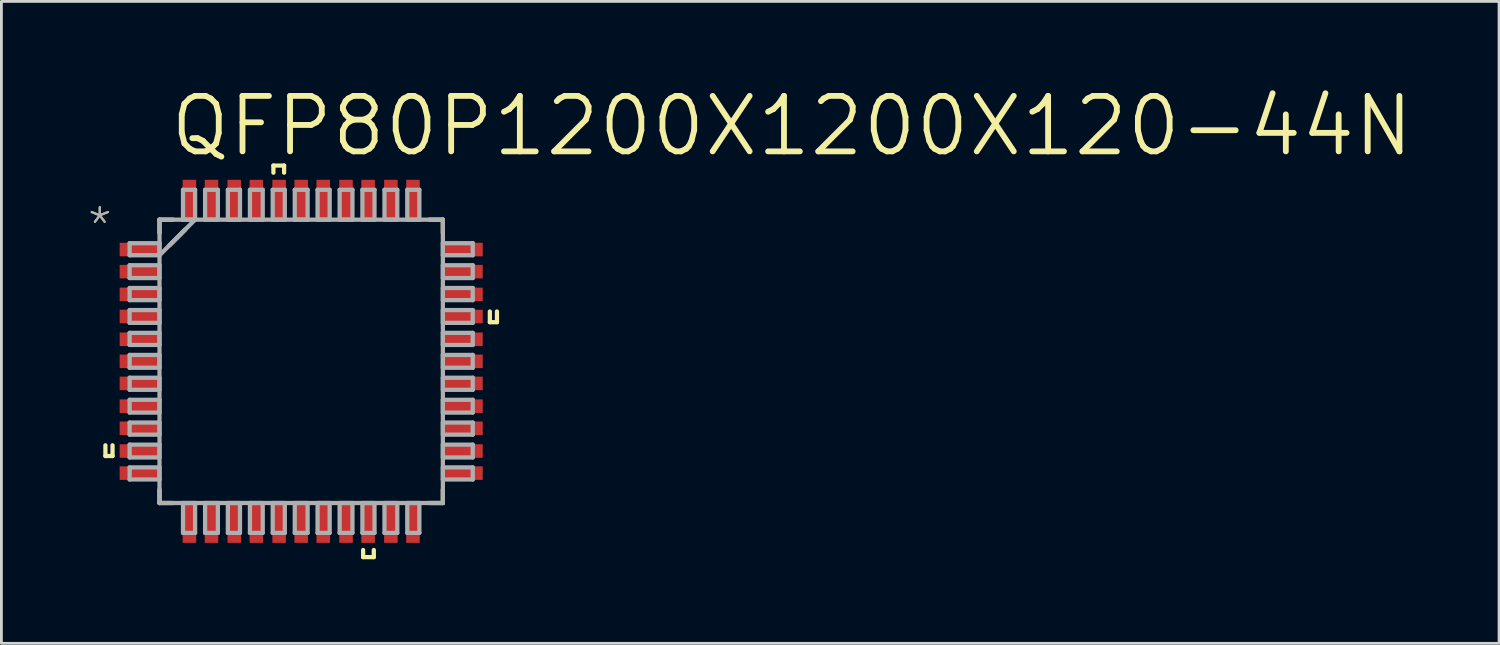
<source format=kicad_pcb>
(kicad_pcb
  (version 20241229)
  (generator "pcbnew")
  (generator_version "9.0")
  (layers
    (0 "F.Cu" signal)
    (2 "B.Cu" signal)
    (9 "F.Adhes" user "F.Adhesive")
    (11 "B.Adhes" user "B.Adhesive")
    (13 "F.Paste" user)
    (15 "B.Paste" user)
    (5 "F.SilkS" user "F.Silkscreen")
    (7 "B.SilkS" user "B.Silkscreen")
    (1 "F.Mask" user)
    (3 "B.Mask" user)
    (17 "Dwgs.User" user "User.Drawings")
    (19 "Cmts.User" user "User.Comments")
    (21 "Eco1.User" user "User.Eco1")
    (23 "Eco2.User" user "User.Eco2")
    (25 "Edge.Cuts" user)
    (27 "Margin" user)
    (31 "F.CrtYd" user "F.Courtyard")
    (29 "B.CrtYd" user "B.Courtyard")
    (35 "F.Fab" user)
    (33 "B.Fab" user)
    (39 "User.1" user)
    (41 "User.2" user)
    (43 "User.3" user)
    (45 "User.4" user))
  (footprint "QFP80P1200X1200X120-44N"
    (layer "F.Cu")
    (at 7.696 9.842)
    (property "Reference" "QFP80P1200X1200X120-44N" (at -4.775 -7.239 0) (layer "F.SilkS") (effects (font (size 1.979 1.979) (thickness 0.208)) (justify left bottom)))
    (attr through_hole)
    (fp_line (start -6.985 2.997) (end -6.985 3.378) (stroke (width 0.152) (type solid)) (layer "F.SilkS"))
    (fp_line (start -6.985 3.378) (end -6.731 3.378) (stroke (width 0.152) (type solid)) (layer "F.SilkS"))
    (fp_line (start -6.731 3.378) (end -6.731 2.997) (stroke (width 0.152) (type solid)) (layer "F.SilkS"))
    (fp_line (start -5.055 -5.055) (end -5.055 -4.572) (stroke (width 0.152) (type solid)) (layer "F.SilkS"))
    (fp_line (start -5.055 4.572) (end -5.055 5.055) (stroke (width 0.152) (type solid)) (layer "F.SilkS"))
    (fp_line (start -5.055 5.055) (end -4.572 5.055) (stroke (width 0.152) (type solid)) (layer "F.SilkS"))
    (fp_line (start -4.699 -4.14) (end -4.14 -4.699) (stroke (width 0.152) (type solid)) (layer "F.SilkS"))
    (fp_line (start -4.572 -5.055) (end -5.055 -5.055) (stroke (width 0.152) (type solid)) (layer "F.SilkS"))
    (fp_line (start -0.991 -6.985) (end -0.61 -6.985) (stroke (width 0.152) (type solid)) (layer "F.SilkS"))
    (fp_line (start -0.991 -6.731) (end -0.991 -6.985) (stroke (width 0.152) (type solid)) (layer "F.SilkS"))
    (fp_line (start -0.61 -6.985) (end -0.61 -6.731) (stroke (width 0.152) (type solid)) (layer "F.SilkS"))
    (fp_line (start 2.21 6.731) (end 2.21 6.985) (stroke (width 0.152) (type solid)) (layer "F.SilkS"))
    (fp_line (start 2.21 6.985) (end 2.591 6.985) (stroke (width 0.152) (type solid)) (layer "F.SilkS"))
    (fp_line (start 2.591 6.985) (end 2.591 6.731) (stroke (width 0.152) (type solid)) (layer "F.SilkS"))
    (fp_line (start 4.572 5.055) (end 5.055 5.055) (stroke (width 0.152) (type solid)) (layer "F.SilkS"))
    (fp_line (start 5.055 -5.055) (end 4.572 -5.055) (stroke (width 0.152) (type solid)) (layer "F.SilkS"))
    (fp_line (start 5.055 -4.572) (end 5.055 -5.055) (stroke (width 0.152) (type solid)) (layer "F.SilkS"))
    (fp_line (start 5.055 5.055) (end 5.055 4.572) (stroke (width 0.152) (type solid)) (layer "F.SilkS"))
    (fp_line (start 6.731 -1.397) (end 6.731 -1.778) (stroke (width 0.152) (type solid)) (layer "F.SilkS"))
    (fp_line (start 6.985 -1.778) (end 6.985 -1.397) (stroke (width 0.152) (type solid)) (layer "F.SilkS"))
    (fp_line (start 6.985 -1.397) (end 6.731 -1.397) (stroke (width 0.152) (type solid)) (layer "F.SilkS"))
    (fp_line (start -6.121 -4.216) (end -6.121 -3.785) (stroke (width 0.152) (type solid)) (layer "F.Fab"))
    (fp_line (start -6.121 -3.785) (end -5.055 -3.785) (stroke (width 0.152) (type solid)) (layer "F.Fab"))
    (fp_line (start -6.121 -3.429) (end -6.121 -2.972) (stroke (width 0.152) (type solid)) (layer "F.Fab"))
    (fp_line (start -6.121 -2.972) (end -5.055 -2.972) (stroke (width 0.152) (type solid)) (layer "F.Fab"))
    (fp_line (start -6.121 -2.616) (end -6.121 -2.184) (stroke (width 0.152) (type solid)) (layer "F.Fab"))
    (fp_line (start -6.121 -2.184) (end -5.055 -2.184) (stroke (width 0.152) (type solid)) (layer "F.Fab"))
    (fp_line (start -6.121 -1.829) (end -6.121 -1.372) (stroke (width 0.152) (type solid)) (layer "F.Fab"))
    (fp_line (start -6.121 -1.372) (end -5.055 -1.372) (stroke (width 0.152) (type solid)) (layer "F.Fab"))
    (fp_line (start -6.121 -1.016) (end -6.121 -0.584) (stroke (width 0.152) (type solid)) (layer "F.Fab"))
    (fp_line (start -6.121 -0.584) (end -5.055 -0.584) (stroke (width 0.152) (type solid)) (layer "F.Fab"))
    (fp_line (start -6.121 -0.229) (end -6.121 0.229) (stroke (width 0.152) (type solid)) (layer "F.Fab"))
    (fp_line (start -6.121 0.229) (end -5.055 0.229) (stroke (width 0.152) (type solid)) (layer "F.Fab"))
    (fp_line (start -6.121 0.584) (end -6.121 1.016) (stroke (width 0.152) (type solid)) (layer "F.Fab"))
    (fp_line (start -6.121 1.016) (end -5.055 1.016) (stroke (width 0.152) (type solid)) (layer "F.Fab"))
    (fp_line (start -6.121 1.372) (end -6.121 1.829) (stroke (width 0.152) (type solid)) (layer "F.Fab"))
    (fp_line (start -6.121 1.829) (end -5.055 1.829) (stroke (width 0.152) (type solid)) (layer "F.Fab"))
    (fp_line (start -6.121 2.184) (end -6.121 2.616) (stroke (width 0.152) (type solid)) (layer "F.Fab"))
    (fp_line (start -6.121 2.616) (end -5.055 2.616) (stroke (width 0.152) (type solid)) (layer "F.Fab"))
    (fp_line (start -6.121 2.972) (end -6.121 3.429) (stroke (width 0.152) (type solid)) (layer "F.Fab"))
    (fp_line (start -6.121 3.429) (end -5.055 3.429) (stroke (width 0.152) (type solid)) (layer "F.Fab"))
    (fp_line (start -6.121 3.785) (end -6.121 4.216) (stroke (width 0.152) (type solid)) (layer "F.Fab"))
    (fp_line (start -6.121 4.216) (end -5.055 4.216) (stroke (width 0.152) (type solid)) (layer "F.Fab"))
    (fp_line (start -5.055 -5.055) (end -5.055 5.055) (stroke (width 0.152) (type solid)) (layer "F.Fab"))
    (fp_line (start -5.055 -4.216) (end -6.121 -4.216) (stroke (width 0.152) (type solid)) (layer "F.Fab"))
    (fp_line (start -5.055 -3.785) (end -5.055 -4.216) (stroke (width 0.152) (type solid)) (layer "F.Fab"))
    (fp_line (start -5.055 -3.785) (end -3.785 -5.055) (stroke (width 0.152) (type solid)) (layer "F.Fab"))
    (fp_line (start -5.055 -3.429) (end -6.121 -3.429) (stroke (width 0.152) (type solid)) (layer "F.Fab"))
    (fp_line (start -5.055 -2.972) (end -5.055 -3.429) (stroke (width 0.152) (type solid)) (layer "F.Fab"))
    (fp_line (start -5.055 -2.616) (end -6.121 -2.616) (stroke (width 0.152) (type solid)) (layer "F.Fab"))
    (fp_line (start -5.055 -2.184) (end -5.055 -2.616) (stroke (width 0.152) (type solid)) (layer "F.Fab"))
    (fp_line (start -5.055 -1.829) (end -6.121 -1.829) (stroke (width 0.152) (type solid)) (layer "F.Fab"))
    (fp_line (start -5.055 -1.372) (end -5.055 -1.829) (stroke (width 0.152) (type solid)) (layer "F.Fab"))
    (fp_line (start -5.055 -1.016) (end -6.121 -1.016) (stroke (width 0.152) (type solid)) (layer "F.Fab"))
    (fp_line (start -5.055 -0.584) (end -5.055 -1.016) (stroke (width 0.152) (type solid)) (layer "F.Fab"))
    (fp_line (start -5.055 -0.229) (end -6.121 -0.229) (stroke (width 0.152) (type solid)) (layer "F.Fab"))
    (fp_line (start -5.055 0.229) (end -5.055 -0.229) (stroke (width 0.152) (type solid)) (layer "F.Fab"))
    (fp_line (start -5.055 0.584) (end -6.121 0.584) (stroke (width 0.152) (type solid)) (layer "F.Fab"))
    (fp_line (start -5.055 1.016) (end -5.055 0.584) (stroke (width 0.152) (type solid)) (layer "F.Fab"))
    (fp_line (start -5.055 1.372) (end -6.121 1.372) (stroke (width 0.152) (type solid)) (layer "F.Fab"))
    (fp_line (start -5.055 1.829) (end -5.055 1.372) (stroke (width 0.152) (type solid)) (layer "F.Fab"))
    (fp_line (start -5.055 2.184) (end -6.121 2.184) (stroke (width 0.152) (type solid)) (layer "F.Fab"))
    (fp_line (start -5.055 2.616) (end -5.055 2.184) (stroke (width 0.152) (type solid)) (layer "F.Fab"))
    (fp_line (start -5.055 2.972) (end -6.121 2.972) (stroke (width 0.152) (type solid)) (layer "F.Fab"))
    (fp_line (start -5.055 3.429) (end -5.055 2.972) (stroke (width 0.152) (type solid)) (layer "F.Fab"))
    (fp_line (start -5.055 3.785) (end -6.121 3.785) (stroke (width 0.152) (type solid)) (layer "F.Fab"))
    (fp_line (start -5.055 4.216) (end -5.055 3.785) (stroke (width 0.152) (type solid)) (layer "F.Fab"))
    (fp_line (start -5.055 5.055) (end 5.055 5.055) (stroke (width 0.152) (type solid)) (layer "F.Fab"))
    (fp_line (start -4.216 -6.121) (end -4.216 -5.055) (stroke (width 0.152) (type solid)) (layer "F.Fab"))
    (fp_line (start -4.216 -5.055) (end -3.785 -5.055) (stroke (width 0.152) (type solid)) (layer "F.Fab"))
    (fp_line (start -4.216 5.055) (end -4.216 6.121) (stroke (width 0.152) (type solid)) (layer "F.Fab"))
    (fp_line (start -4.216 6.121) (end -3.785 6.121) (stroke (width 0.152) (type solid)) (layer "F.Fab"))
    (fp_line (start -3.785 -6.121) (end -4.216 -6.121) (stroke (width 0.152) (type solid)) (layer "F.Fab"))
    (fp_line (start -3.785 -5.055) (end -3.785 -6.121) (stroke (width 0.152) (type solid)) (layer "F.Fab"))
    (fp_line (start -3.785 5.055) (end -4.216 5.055) (stroke (width 0.152) (type solid)) (layer "F.Fab"))
    (fp_line (start -3.785 6.121) (end -3.785 5.055) (stroke (width 0.152) (type solid)) (layer "F.Fab"))
    (fp_line (start -3.429 -6.121) (end -3.429 -5.055) (stroke (width 0.152) (type solid)) (layer "F.Fab"))
    (fp_line (start -3.429 -5.055) (end -2.972 -5.055) (stroke (width 0.152) (type solid)) (layer "F.Fab"))
    (fp_line (start -3.429 5.055) (end -3.429 6.121) (stroke (width 0.152) (type solid)) (layer "F.Fab"))
    (fp_line (start -3.429 6.121) (end -2.972 6.121) (stroke (width 0.152) (type solid)) (layer "F.Fab"))
    (fp_line (start -2.972 -6.121) (end -3.429 -6.121) (stroke (width 0.152) (type solid)) (layer "F.Fab"))
    (fp_line (start -2.972 -5.055) (end -2.972 -6.121) (stroke (width 0.152) (type solid)) (layer "F.Fab"))
    (fp_line (start -2.972 5.055) (end -3.429 5.055) (stroke (width 0.152) (type solid)) (layer "F.Fab"))
    (fp_line (start -2.972 6.121) (end -2.972 5.055) (stroke (width 0.152) (type solid)) (layer "F.Fab"))
    (fp_line (start -2.616 -6.121) (end -2.616 -5.055) (stroke (width 0.152) (type solid)) (layer "F.Fab"))
    (fp_line (start -2.616 -5.055) (end -2.184 -5.055) (stroke (width 0.152) (type solid)) (layer "F.Fab"))
    (fp_line (start -2.616 5.055) (end -2.616 6.121) (stroke (width 0.152) (type solid)) (layer "F.Fab"))
    (fp_line (start -2.616 6.121) (end -2.184 6.121) (stroke (width 0.152) (type solid)) (layer "F.Fab"))
    (fp_line (start -2.184 -6.121) (end -2.616 -6.121) (stroke (width 0.152) (type solid)) (layer "F.Fab"))
    (fp_line (start -2.184 -5.055) (end -2.184 -6.121) (stroke (width 0.152) (type solid)) (layer "F.Fab"))
    (fp_line (start -2.184 5.055) (end -2.616 5.055) (stroke (width 0.152) (type solid)) (layer "F.Fab"))
    (fp_line (start -2.184 6.121) (end -2.184 5.055) (stroke (width 0.152) (type solid)) (layer "F.Fab"))
    (fp_line (start -1.829 -6.121) (end -1.829 -5.055) (stroke (width 0.152) (type solid)) (layer "F.Fab"))
    (fp_line (start -1.829 -5.055) (end -1.372 -5.055) (stroke (width 0.152) (type solid)) (layer "F.Fab"))
    (fp_line (start -1.829 5.055) (end -1.829 6.121) (stroke (width 0.152) (type solid)) (layer "F.Fab"))
    (fp_line (start -1.829 6.121) (end -1.372 6.121) (stroke (width 0.152) (type solid)) (layer "F.Fab"))
    (fp_line (start -1.372 -6.121) (end -1.829 -6.121) (stroke (width 0.152) (type solid)) (layer "F.Fab"))
    (fp_line (start -1.372 -5.055) (end -1.372 -6.121) (stroke (width 0.152) (type solid)) (layer "F.Fab"))
    (fp_line (start -1.372 5.055) (end -1.829 5.055) (stroke (width 0.152) (type solid)) (layer "F.Fab"))
    (fp_line (start -1.372 6.121) (end -1.372 5.055) (stroke (width 0.152) (type solid)) (layer "F.Fab"))
    (fp_line (start -1.016 -6.121) (end -1.016 -5.055) (stroke (width 0.152) (type solid)) (layer "F.Fab"))
    (fp_line (start -1.016 -5.055) (end -0.584 -5.055) (stroke (width 0.152) (type solid)) (layer "F.Fab"))
    (fp_line (start -1.016 5.055) (end -1.016 6.121) (stroke (width 0.152) (type solid)) (layer "F.Fab"))
    (fp_line (start -1.016 6.121) (end -0.584 6.121) (stroke (width 0.152) (type solid)) (layer "F.Fab"))
    (fp_line (start -0.584 -6.121) (end -1.016 -6.121) (stroke (width 0.152) (type solid)) (layer "F.Fab"))
    (fp_line (start -0.584 -5.055) (end -0.584 -6.121) (stroke (width 0.152) (type solid)) (layer "F.Fab"))
    (fp_line (start -0.584 5.055) (end -1.016 5.055) (stroke (width 0.152) (type solid)) (layer "F.Fab"))
    (fp_line (start -0.584 6.121) (end -0.584 5.055) (stroke (width 0.152) (type solid)) (layer "F.Fab"))
    (fp_line (start -0.229 -6.121) (end -0.229 -5.055) (stroke (width 0.152) (type solid)) (layer "F.Fab"))
    (fp_line (start -0.229 -5.055) (end 0.229 -5.055) (stroke (width 0.152) (type solid)) (layer "F.Fab"))
    (fp_line (start -0.229 5.055) (end -0.229 6.121) (stroke (width 0.152) (type solid)) (layer "F.Fab"))
    (fp_line (start -0.229 6.121) (end 0.229 6.121) (stroke (width 0.152) (type solid)) (layer "F.Fab"))
    (fp_line (start 0.229 -6.121) (end -0.229 -6.121) (stroke (width 0.152) (type solid)) (layer "F.Fab"))
    (fp_line (start 0.229 -5.055) (end 0.229 -6.121) (stroke (width 0.152) (type solid)) (layer "F.Fab"))
    (fp_line (start 0.229 5.055) (end -0.229 5.055) (stroke (width 0.152) (type solid)) (layer "F.Fab"))
    (fp_line (start 0.229 6.121) (end 0.229 5.055) (stroke (width 0.152) (type solid)) (layer "F.Fab"))
    (fp_line (start 0.584 -6.121) (end 0.584 -5.055) (stroke (width 0.152) (type solid)) (layer "F.Fab"))
    (fp_line (start 0.584 -5.055) (end 1.016 -5.055) (stroke (width 0.152) (type solid)) (layer "F.Fab"))
    (fp_line (start 0.584 5.055) (end 0.584 6.121) (stroke (width 0.152) (type solid)) (layer "F.Fab"))
    (fp_line (start 0.584 6.121) (end 1.016 6.121) (stroke (width 0.152) (type solid)) (layer "F.Fab"))
    (fp_line (start 1.016 -6.121) (end 0.584 -6.121) (stroke (width 0.152) (type solid)) (layer "F.Fab"))
    (fp_line (start 1.016 -5.055) (end 1.016 -6.121) (stroke (width 0.152) (type solid)) (layer "F.Fab"))
    (fp_line (start 1.016 5.055) (end 0.584 5.055) (stroke (width 0.152) (type solid)) (layer "F.Fab"))
    (fp_line (start 1.016 6.121) (end 1.016 5.055) (stroke (width 0.152) (type solid)) (layer "F.Fab"))
    (fp_line (start 1.372 -6.121) (end 1.372 -5.055) (stroke (width 0.152) (type solid)) (layer "F.Fab"))
    (fp_line (start 1.372 -5.055) (end 1.829 -5.055) (stroke (width 0.152) (type solid)) (layer "F.Fab"))
    (fp_line (start 1.372 5.055) (end 1.372 6.121) (stroke (width 0.152) (type solid)) (layer "F.Fab"))
    (fp_line (start 1.372 6.121) (end 1.829 6.121) (stroke (width 0.152) (type solid)) (layer "F.Fab"))
    (fp_line (start 1.829 -6.121) (end 1.372 -6.121) (stroke (width 0.152) (type solid)) (layer "F.Fab"))
    (fp_line (start 1.829 -5.055) (end 1.829 -6.121) (stroke (width 0.152) (type solid)) (layer "F.Fab"))
    (fp_line (start 1.829 5.055) (end 1.372 5.055) (stroke (width 0.152) (type solid)) (layer "F.Fab"))
    (fp_line (start 1.829 6.121) (end 1.829 5.055) (stroke (width 0.152) (type solid)) (layer "F.Fab"))
    (fp_line (start 2.184 -6.121) (end 2.184 -5.055) (stroke (width 0.152) (type solid)) (layer "F.Fab"))
    (fp_line (start 2.184 -5.055) (end 2.616 -5.055) (stroke (width 0.152) (type solid)) (layer "F.Fab"))
    (fp_line (start 2.184 5.055) (end 2.184 6.121) (stroke (width 0.152) (type solid)) (layer "F.Fab"))
    (fp_line (start 2.184 6.121) (end 2.616 6.121) (stroke (width 0.152) (type solid)) (layer "F.Fab"))
    (fp_line (start 2.616 -6.121) (end 2.184 -6.121) (stroke (width 0.152) (type solid)) (layer "F.Fab"))
    (fp_line (start 2.616 -5.055) (end 2.616 -6.121) (stroke (width 0.152) (type solid)) (layer "F.Fab"))
    (fp_line (start 2.616 5.055) (end 2.184 5.055) (stroke (width 0.152) (type solid)) (layer "F.Fab"))
    (fp_line (start 2.616 6.121) (end 2.616 5.055) (stroke (width 0.152) (type solid)) (layer "F.Fab"))
    (fp_line (start 2.972 -6.121) (end 2.972 -5.055) (stroke (width 0.152) (type solid)) (layer "F.Fab"))
    (fp_line (start 2.972 -5.055) (end 3.429 -5.055) (stroke (width 0.152) (type solid)) (layer "F.Fab"))
    (fp_line (start 2.972 5.055) (end 2.972 6.121) (stroke (width 0.152) (type solid)) (layer "F.Fab"))
    (fp_line (start 2.972 6.121) (end 3.429 6.121) (stroke (width 0.152) (type solid)) (layer "F.Fab"))
    (fp_line (start 3.429 -6.121) (end 2.972 -6.121) (stroke (width 0.152) (type solid)) (layer "F.Fab"))
    (fp_line (start 3.429 -5.055) (end 3.429 -6.121) (stroke (width 0.152) (type solid)) (layer "F.Fab"))
    (fp_line (start 3.429 5.055) (end 2.972 5.055) (stroke (width 0.152) (type solid)) (layer "F.Fab"))
    (fp_line (start 3.429 6.121) (end 3.429 5.055) (stroke (width 0.152) (type solid)) (layer "F.Fab"))
    (fp_line (start 3.785 -6.121) (end 3.785 -5.055) (stroke (width 0.152) (type solid)) (layer "F.Fab"))
    (fp_line (start 3.785 -5.055) (end 4.216 -5.055) (stroke (width 0.152) (type solid)) (layer "F.Fab"))
    (fp_line (start 3.785 5.055) (end 3.785 6.121) (stroke (width 0.152) (type solid)) (layer "F.Fab"))
    (fp_line (start 3.785 6.121) (end 4.216 6.121) (stroke (width 0.152) (type solid)) (layer "F.Fab"))
    (fp_line (start 4.216 -6.121) (end 3.785 -6.121) (stroke (width 0.152) (type solid)) (layer "F.Fab"))
    (fp_line (start 4.216 -5.055) (end 4.216 -6.121) (stroke (width 0.152) (type solid)) (layer "F.Fab"))
    (fp_line (start 4.216 5.055) (end 3.785 5.055) (stroke (width 0.152) (type solid)) (layer "F.Fab"))
    (fp_line (start 4.216 6.121) (end 4.216 5.055) (stroke (width 0.152) (type solid)) (layer "F.Fab"))
    (fp_line (start 5.055 -5.055) (end -5.055 -5.055) (stroke (width 0.152) (type solid)) (layer "F.Fab"))
    (fp_line (start 5.055 -4.216) (end 5.055 -3.785) (stroke (width 0.152) (type solid)) (layer "F.Fab"))
    (fp_line (start 5.055 -3.785) (end 6.121 -3.785) (stroke (width 0.152) (type solid)) (layer "F.Fab"))
    (fp_line (start 5.055 -3.429) (end 5.055 -2.972) (stroke (width 0.152) (type solid)) (layer "F.Fab"))
    (fp_line (start 5.055 -2.972) (end 6.121 -2.972) (stroke (width 0.152) (type solid)) (layer "F.Fab"))
    (fp_line (start 5.055 -2.616) (end 5.055 -2.184) (stroke (width 0.152) (type solid)) (layer "F.Fab"))
    (fp_line (start 5.055 -2.184) (end 6.121 -2.184) (stroke (width 0.152) (type solid)) (layer "F.Fab"))
    (fp_line (start 5.055 -1.829) (end 5.055 -1.372) (stroke (width 0.152) (type solid)) (layer "F.Fab"))
    (fp_line (start 5.055 -1.372) (end 6.121 -1.372) (stroke (width 0.152) (type solid)) (layer "F.Fab"))
    (fp_line (start 5.055 -1.016) (end 5.055 -0.584) (stroke (width 0.152) (type solid)) (layer "F.Fab"))
    (fp_line (start 5.055 -0.584) (end 6.121 -0.584) (stroke (width 0.152) (type solid)) (layer "F.Fab"))
    (fp_line (start 5.055 -0.229) (end 5.055 0.229) (stroke (width 0.152) (type solid)) (layer "F.Fab"))
    (fp_line (start 5.055 0.229) (end 6.121 0.229) (stroke (width 0.152) (type solid)) (layer "F.Fab"))
    (fp_line (start 5.055 0.584) (end 5.055 1.016) (stroke (width 0.152) (type solid)) (layer "F.Fab"))
    (fp_line (start 5.055 1.016) (end 6.121 1.016) (stroke (width 0.152) (type solid)) (layer "F.Fab"))
    (fp_line (start 5.055 1.372) (end 5.055 1.829) (stroke (width 0.152) (type solid)) (layer "F.Fab"))
    (fp_line (start 5.055 1.829) (end 6.121 1.829) (stroke (width 0.152) (type solid)) (layer "F.Fab"))
    (fp_line (start 5.055 2.184) (end 5.055 2.616) (stroke (width 0.152) (type solid)) (layer "F.Fab"))
    (fp_line (start 5.055 2.616) (end 6.121 2.616) (stroke (width 0.152) (type solid)) (layer "F.Fab"))
    (fp_line (start 5.055 2.972) (end 5.055 3.429) (stroke (width 0.152) (type solid)) (layer "F.Fab"))
    (fp_line (start 5.055 3.429) (end 6.121 3.429) (stroke (width 0.152) (type solid)) (layer "F.Fab"))
    (fp_line (start 5.055 3.785) (end 5.055 4.216) (stroke (width 0.152) (type solid)) (layer "F.Fab"))
    (fp_line (start 5.055 4.216) (end 6.121 4.216) (stroke (width 0.152) (type solid)) (layer "F.Fab"))
    (fp_line (start 5.055 5.055) (end 5.055 -5.055) (stroke (width 0.152) (type solid)) (layer "F.Fab"))
    (fp_line (start 6.121 -4.216) (end 5.055 -4.216) (stroke (width 0.152) (type solid)) (layer "F.Fab"))
    (fp_line (start 6.121 -3.785) (end 6.121 -4.216) (stroke (width 0.152) (type solid)) (layer "F.Fab"))
    (fp_line (start 6.121 -3.429) (end 5.055 -3.429) (stroke (width 0.152) (type solid)) (layer "F.Fab"))
    (fp_line (start 6.121 -2.972) (end 6.121 -3.429) (stroke (width 0.152) (type solid)) (layer "F.Fab"))
    (fp_line (start 6.121 -2.616) (end 5.055 -2.616) (stroke (width 0.152) (type solid)) (layer "F.Fab"))
    (fp_line (start 6.121 -2.184) (end 6.121 -2.616) (stroke (width 0.152) (type solid)) (layer "F.Fab"))
    (fp_line (start 6.121 -1.829) (end 5.055 -1.829) (stroke (width 0.152) (type solid)) (layer "F.Fab"))
    (fp_line (start 6.121 -1.372) (end 6.121 -1.829) (stroke (width 0.152) (type solid)) (layer "F.Fab"))
    (fp_line (start 6.121 -1.016) (end 5.055 -1.016) (stroke (width 0.152) (type solid)) (layer "F.Fab"))
    (fp_line (start 6.121 -0.584) (end 6.121 -1.016) (stroke (width 0.152) (type solid)) (layer "F.Fab"))
    (fp_line (start 6.121 -0.229) (end 5.055 -0.229) (stroke (width 0.152) (type solid)) (layer "F.Fab"))
    (fp_line (start 6.121 0.229) (end 6.121 -0.229) (stroke (width 0.152) (type solid)) (layer "F.Fab"))
    (fp_line (start 6.121 0.584) (end 5.055 0.584) (stroke (width 0.152) (type solid)) (layer "F.Fab"))
    (fp_line (start 6.121 1.016) (end 6.121 0.584) (stroke (width 0.152) (type solid)) (layer "F.Fab"))
    (fp_line (start 6.121 1.372) (end 5.055 1.372) (stroke (width 0.152) (type solid)) (layer "F.Fab"))
    (fp_line (start 6.121 1.829) (end 6.121 1.372) (stroke (width 0.152) (type solid)) (layer "F.Fab"))
    (fp_line (start 6.121 2.184) (end 5.055 2.184) (stroke (width 0.152) (type solid)) (layer "F.Fab"))
    (fp_line (start 6.121 2.616) (end 6.121 2.184) (stroke (width 0.152) (type solid)) (layer "F.Fab"))
    (fp_line (start 6.121 2.972) (end 5.055 2.972) (stroke (width 0.152) (type solid)) (layer "F.Fab"))
    (fp_line (start 6.121 3.429) (end 6.121 2.972) (stroke (width 0.152) (type solid)) (layer "F.Fab"))
    (fp_line (start 6.121 3.785) (end 5.055 3.785) (stroke (width 0.152) (type solid)) (layer "F.Fab"))
    (fp_line (start 6.121 4.216) (end 6.121 3.785) (stroke (width 0.152) (type solid)) (layer "F.Fab"))
    (fp_text user "*" (at -7.696 -4.14 0) (layer "F.SilkS") (effects (font (size 1.206 1.206) (thickness 0.076)) (justify left bottom)))
    (fp_text user "*" (at -7.696 -4.14 0) (layer "F.Fab") (effects (font (size 1.206 1.206) (thickness 0.076)) (justify left bottom)))
    (pad "1" smd rect (at -5.74 -3.988 270) (size 0.483 1.473) (layers "F.Cu" "F.Mask" "F.Paste"))
    (pad "2" smd rect (at -5.74 -3.2 270) (size 0.483 1.473) (layers "F.Cu" "F.Mask" "F.Paste"))
    (pad "3" smd rect (at -5.74 -2.388 270) (size 0.483 1.473) (layers "F.Cu" "F.Mask" "F.Paste"))
    (pad "4" smd rect (at -5.74 -1.6 270) (size 0.483 1.473) (layers "F.Cu" "F.Mask" "F.Paste"))
    (pad "5" smd rect (at -5.74 -0.787 270) (size 0.483 1.473) (layers "F.Cu" "F.Mask" "F.Paste"))
    (pad "6" smd rect (at -5.74 0 270) (size 0.483 1.473) (layers "F.Cu" "F.Mask" "F.Paste"))
    (pad "7" smd rect (at -5.74 0.787 270) (size 0.483 1.473) (layers "F.Cu" "F.Mask" "F.Paste"))
    (pad "8" smd rect (at -5.74 1.6 270) (size 0.483 1.473) (layers "F.Cu" "F.Mask" "F.Paste"))
    (pad "9" smd rect (at -5.74 2.388 270) (size 0.483 1.473) (layers "F.Cu" "F.Mask" "F.Paste"))
    (pad "10" smd rect (at -5.74 3.2 270) (size 0.483 1.473) (layers "F.Cu" "F.Mask" "F.Paste"))
    (pad "11" smd rect (at -5.74 3.988 270) (size 0.483 1.473) (layers "F.Cu" "F.Mask" "F.Paste"))
    (pad "12" smd rect (at -3.988 5.74 180) (size 0.483 1.473) (layers "F.Cu" "F.Mask" "F.Paste"))
    (pad "13" smd rect (at -3.2 5.74 180) (size 0.483 1.473) (layers "F.Cu" "F.Mask" "F.Paste"))
    (pad "14" smd rect (at -2.388 5.74 180) (size 0.483 1.473) (layers "F.Cu" "F.Mask" "F.Paste"))
    (pad "15" smd rect (at -1.6 5.74 180) (size 0.483 1.473) (layers "F.Cu" "F.Mask" "F.Paste"))
    (pad "16" smd rect (at -0.787 5.74 180) (size 0.483 1.473) (layers "F.Cu" "F.Mask" "F.Paste"))
    (pad "17" smd rect (at 0 5.74 180) (size 0.483 1.473) (layers "F.Cu" "F.Mask" "F.Paste"))
    (pad "18" smd rect (at 0.787 5.74 180) (size 0.483 1.473) (layers "F.Cu" "F.Mask" "F.Paste"))
    (pad "19" smd rect (at 1.6 5.74 180) (size 0.483 1.473) (layers "F.Cu" "F.Mask" "F.Paste"))
    (pad "20" smd rect (at 2.388 5.74 180) (size 0.483 1.473) (layers "F.Cu" "F.Mask" "F.Paste"))
    (pad "21" smd rect (at 3.2 5.74 180) (size 0.483 1.473) (layers "F.Cu" "F.Mask" "F.Paste"))
    (pad "22" smd rect (at 3.988 5.74 180) (size 0.483 1.473) (layers "F.Cu" "F.Mask" "F.Paste"))
    (pad "23" smd rect (at 5.74 3.988 270) (size 0.483 1.473) (layers "F.Cu" "F.Mask" "F.Paste"))
    (pad "24" smd rect (at 5.74 3.2 270) (size 0.483 1.473) (layers "F.Cu" "F.Mask" "F.Paste"))
    (pad "25" smd rect (at 5.74 2.388 270) (size 0.483 1.473) (layers "F.Cu" "F.Mask" "F.Paste"))
    (pad "26" smd rect (at 5.74 1.6 270) (size 0.483 1.473) (layers "F.Cu" "F.Mask" "F.Paste"))
    (pad "27" smd rect (at 5.74 0.787 270) (size 0.483 1.473) (layers "F.Cu" "F.Mask" "F.Paste"))
    (pad "28" smd rect (at 5.74 0 270) (size 0.483 1.473) (layers "F.Cu" "F.Mask" "F.Paste"))
    (pad "29" smd rect (at 5.74 -0.787 270) (size 0.483 1.473) (layers "F.Cu" "F.Mask" "F.Paste"))
    (pad "30" smd rect (at 5.74 -1.6 270) (size 0.483 1.473) (layers "F.Cu" "F.Mask" "F.Paste"))
    (pad "31" smd rect (at 5.74 -2.388 270) (size 0.483 1.473) (layers "F.Cu" "F.Mask" "F.Paste"))
    (pad "32" smd rect (at 5.74 -3.2 270) (size 0.483 1.473) (layers "F.Cu" "F.Mask" "F.Paste"))
    (pad "33" smd rect (at 5.74 -3.988 270) (size 0.483 1.473) (layers "F.Cu" "F.Mask" "F.Paste"))
    (pad "34" smd rect (at 3.988 -5.74 180) (size 0.483 1.473) (layers "F.Cu" "F.Mask" "F.Paste"))
    (pad "35" smd rect (at 3.2 -5.74 180) (size 0.483 1.473) (layers "F.Cu" "F.Mask" "F.Paste"))
    (pad "36" smd rect (at 2.388 -5.74 180) (size 0.483 1.473) (layers "F.Cu" "F.Mask" "F.Paste"))
    (pad "37" smd rect (at 1.6 -5.74 180) (size 0.483 1.473) (layers "F.Cu" "F.Mask" "F.Paste"))
    (pad "38" smd rect (at 0.787 -5.74 180) (size 0.483 1.473) (layers "F.Cu" "F.Mask" "F.Paste"))
    (pad "39" smd rect (at 0 -5.74 180) (size 0.483 1.473) (layers "F.Cu" "F.Mask" "F.Paste"))
    (pad "40" smd rect (at -0.787 -5.74 180) (size 0.483 1.473) (layers "F.Cu" "F.Mask" "F.Paste"))
    (pad "41" smd rect (at -1.6 -5.74 180) (size 0.483 1.473) (layers "F.Cu" "F.Mask" "F.Paste"))
    (pad "42" smd rect (at -2.388 -5.74 180) (size 0.483 1.473) (layers "F.Cu" "F.Mask" "F.Paste"))
    (pad "43" smd rect (at -3.2 -5.74 180) (size 0.483 1.473) (layers "F.Cu" "F.Mask" "F.Paste"))
    (pad "44" smd rect (at -3.988 -5.74 180) (size 0.483 1.473) (layers "F.Cu" "F.Mask" "F.Paste")))
  (gr_rect
    (start -3 -3)
    (end 50.434 19.904)
    (stroke (width 0.1) (type default))
    (fill no)
    (layer "Edge.Cuts")))
</source>
